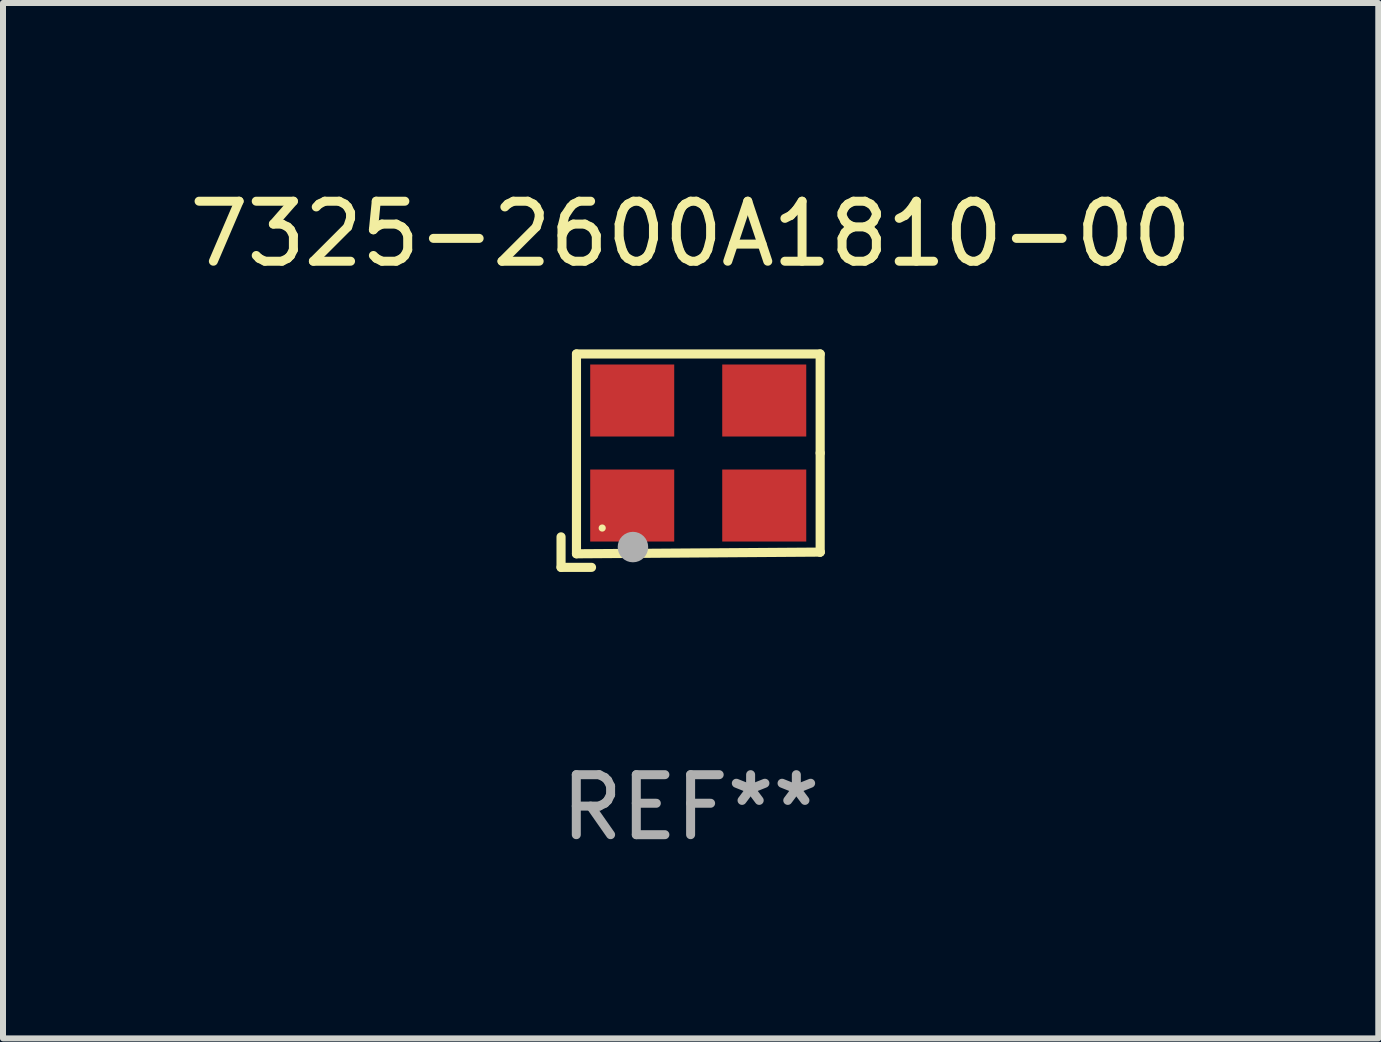
<source format=kicad_pcb>
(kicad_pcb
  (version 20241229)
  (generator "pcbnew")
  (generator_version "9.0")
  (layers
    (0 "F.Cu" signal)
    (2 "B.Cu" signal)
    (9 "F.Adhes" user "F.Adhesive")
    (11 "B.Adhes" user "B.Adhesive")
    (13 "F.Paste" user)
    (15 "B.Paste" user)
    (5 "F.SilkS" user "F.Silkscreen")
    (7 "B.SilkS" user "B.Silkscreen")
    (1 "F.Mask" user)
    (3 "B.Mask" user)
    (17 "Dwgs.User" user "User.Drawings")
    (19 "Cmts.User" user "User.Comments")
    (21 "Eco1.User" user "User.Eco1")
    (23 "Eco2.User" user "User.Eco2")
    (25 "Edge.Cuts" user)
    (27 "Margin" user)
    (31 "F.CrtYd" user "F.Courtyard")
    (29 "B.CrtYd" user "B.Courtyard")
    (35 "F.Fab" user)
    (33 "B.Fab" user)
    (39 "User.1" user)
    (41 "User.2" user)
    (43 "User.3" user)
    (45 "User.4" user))
  (footprint "7325-2600A1810-00"
    (layer "F.Cu")
    (at 8.458 4.626)
    (property "Reference" "7325-2600A1810-00" (at 0 -3.778 0) (layer "F.SilkS") (effects (font (size 1 1) (thickness 0.15))))
    (attr through_hole)
    (fp_line (start -2.159 1.27) (end -2.159 1.778) (stroke (width 0.152) (type solid)) (layer "F.SilkS"))
    (fp_line (start -2.159 1.778) (end -1.651 1.778) (stroke (width 0.152) (type solid)) (layer "F.SilkS"))
    (fp_line (start -1.902 -1.778) (end 2.159 -1.778) (stroke (width 0.152) (type solid)) (layer "F.SilkS"))
    (fp_line (start -1.902 1.552) (end -1.902 -1.778) (stroke (width 0.152) (type solid)) (layer "F.SilkS"))
    (fp_line (start 2.159 -1.778) (end 2.159 -0.127) (stroke (width 0.152) (type solid)) (layer "F.SilkS"))
    (fp_line (start 2.159 -0.127) (end 2.159 1.524) (stroke (width 0.152) (type solid)) (layer "F.SilkS"))
    (fp_line (start 2.159 1.524) (end -1.902 1.552) (stroke (width 0.152) (type solid)) (layer "F.SilkS"))
    (fp_line (start 2.159 1.524) (end 2.159 1.524) (stroke (width 0.152) (type solid)) (layer "F.SilkS"))
    (fp_circle (center -1.473 1.123) (end -1.443 1.123) (stroke (width 0.06) (type solid)) (fill no) (layer "F.SilkS"))
    (fp_circle (center -0.961 1.44) (end -0.834 1.44) (stroke (width 0.254) (type solid)) (fill no) (layer "F.Fab"))
    (fp_text user "REF**" (at 0 5.778 0) (layer "F.Fab") (effects (font (size 1 1) (thickness 0.15))))
    (pad "1" smd rect (at -0.973 0.748) (size 1.4 1.2) (layers "F.Cu" "F.Mask" "F.Paste"))
    (pad "2" smd rect (at 1.227 0.748) (size 1.4 1.2) (layers "F.Cu" "F.Mask" "F.Paste"))
    (pad "3" smd rect (at 1.227 -1.002) (size 1.4 1.2) (layers "F.Cu" "F.Mask" "F.Paste"))
    (pad "4" smd rect (at -0.973 -1.002) (size 1.4 1.2) (layers "F.Cu" "F.Mask" "F.Paste")))
  (gr_rect
    (start -3 -3)
    (end 19.917 14.253)
    (stroke (width 0.1) (type default))
    (fill no)
    (layer "Edge.Cuts")))
</source>
